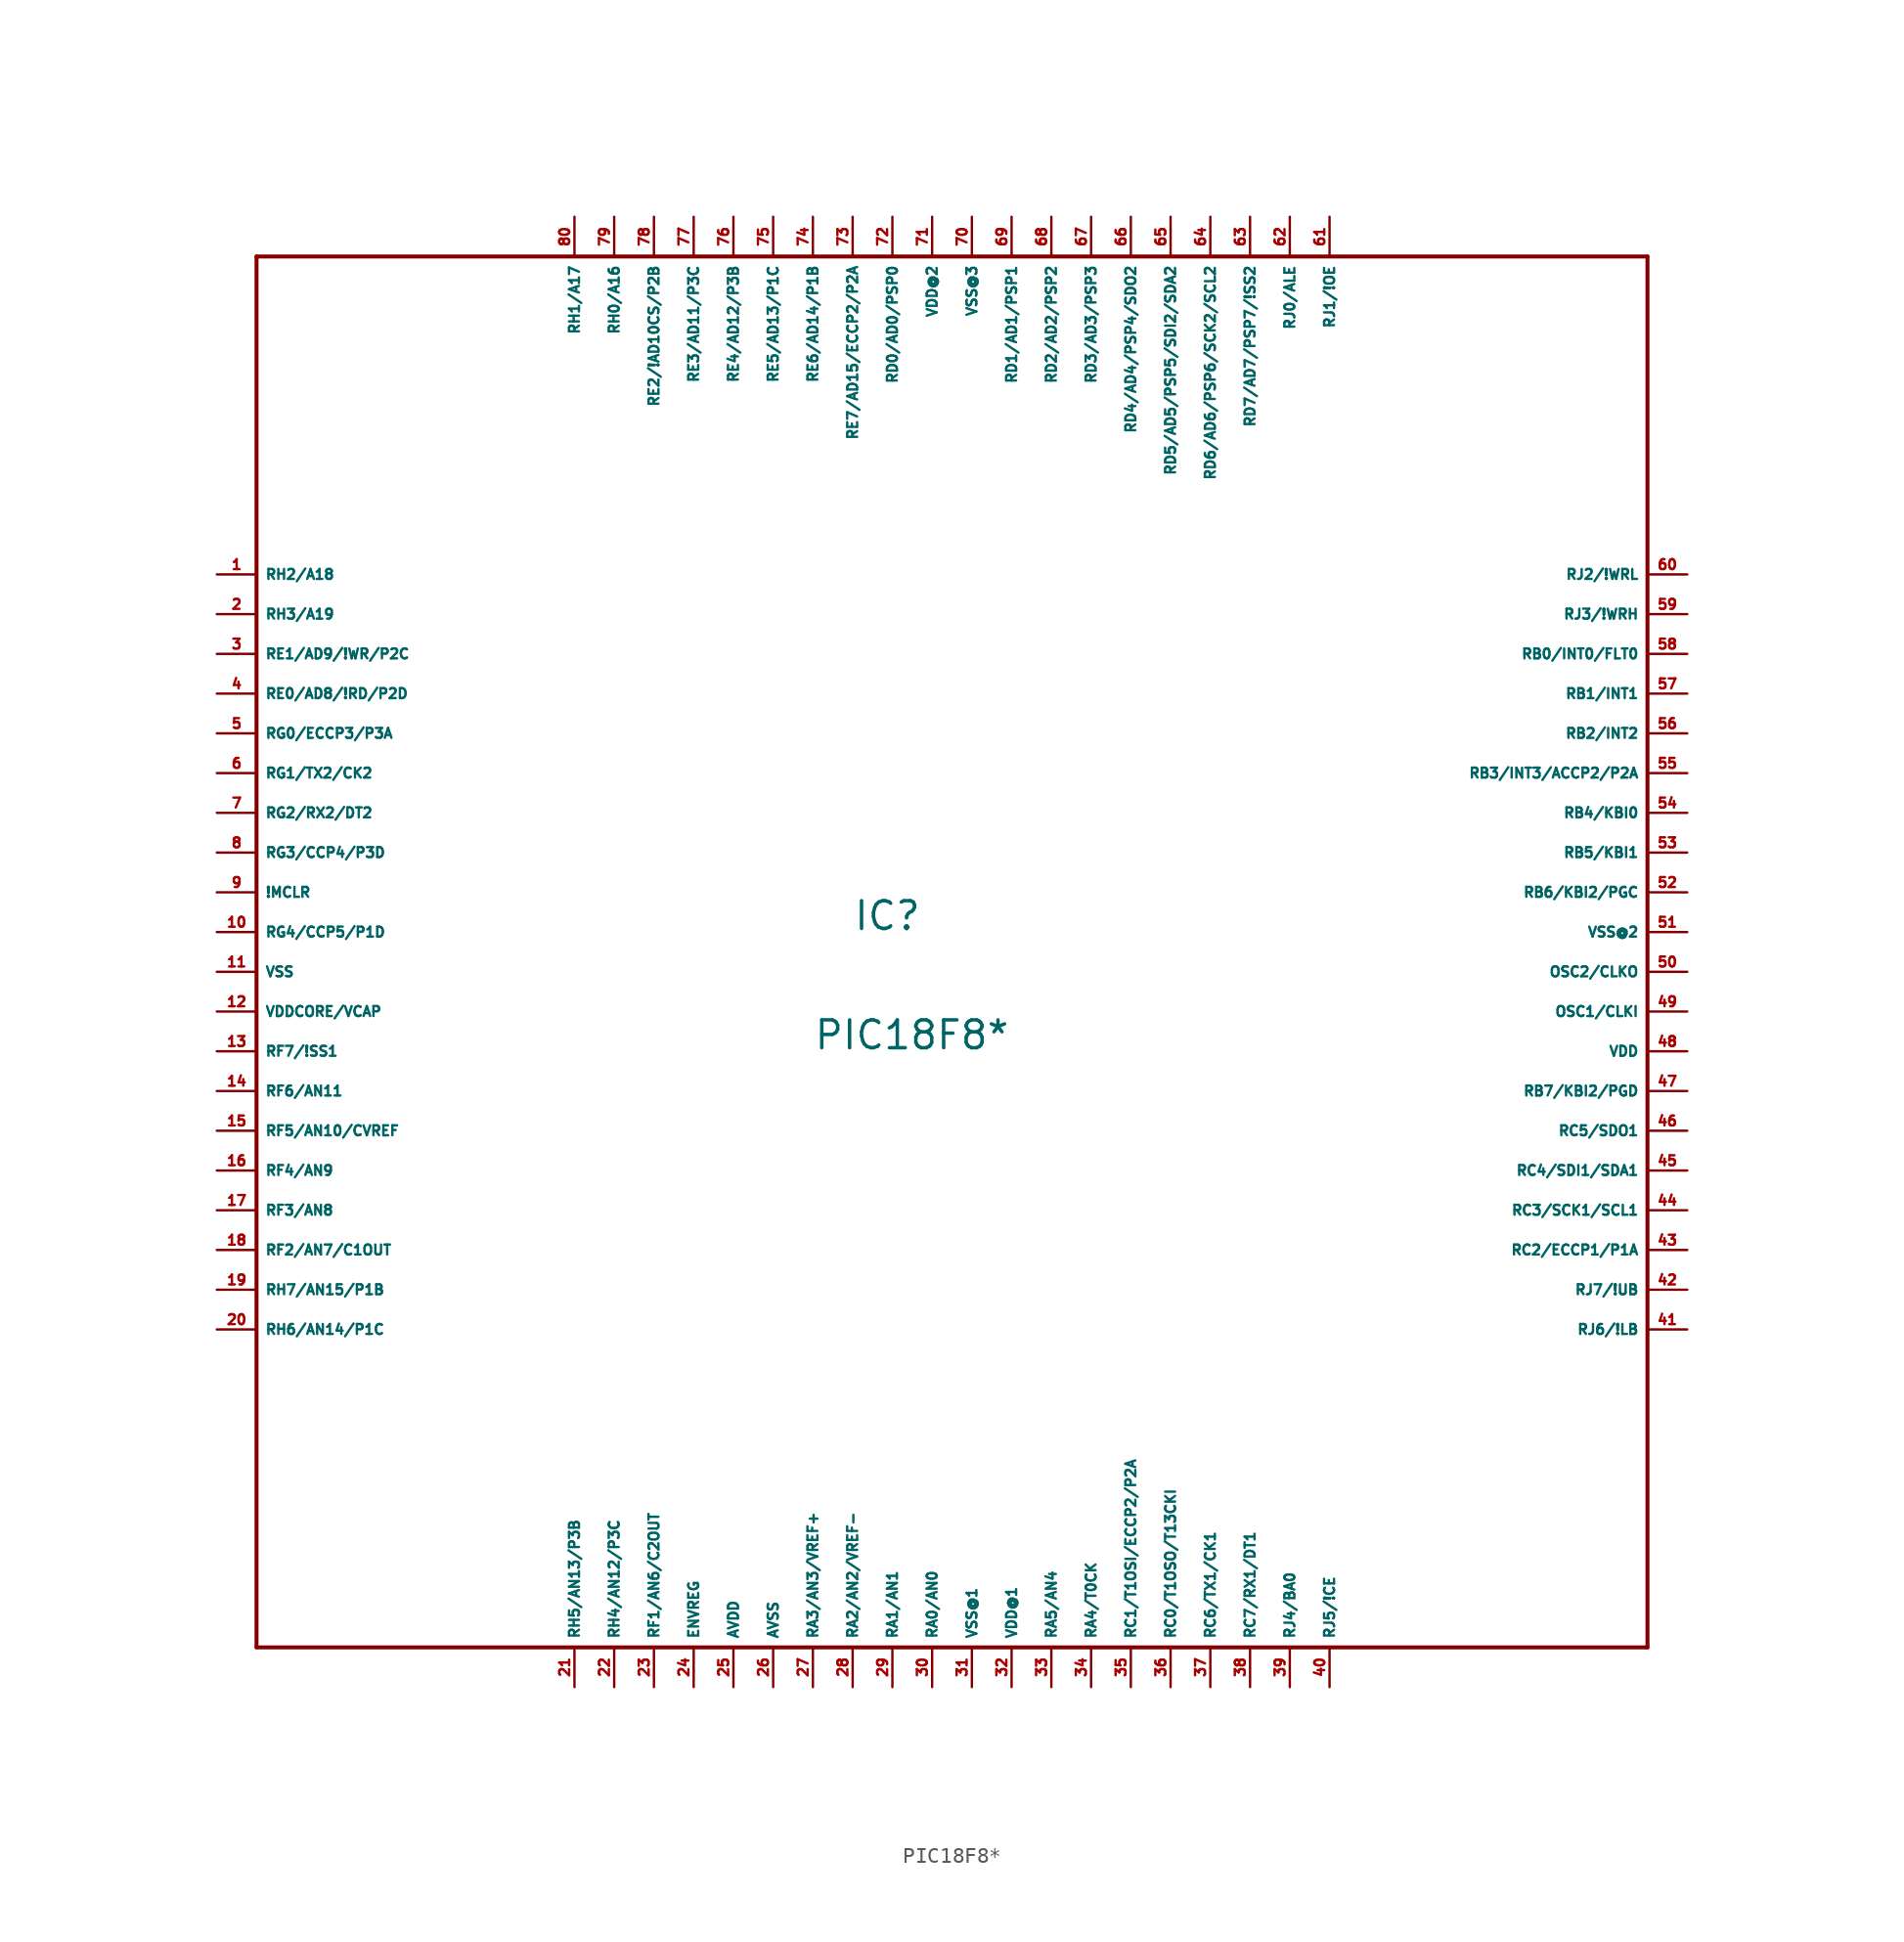
<source format=kicad_sym>
(kicad_symbol_lib
  (version 20220914)
  (generator Eagle2Kicad)
  (symbol "PIC18F8*"
    (property "Reference" "IC"
      (at -5.08 2.54 0)
      (effects (font (size 1.778 1.778) (thickness 0.22)) (justify left bottom)))
    (property "Value" "PIC18F8*"
      (at -7.62 -5.08 0)
      (effects (font (size 1.778 1.778) (thickness 0.22)) (justify left bottom)))
    (polyline
      (pts (xy -43.18 45.72) (xy 45.72 45.72))
      (stroke (width 0.254) (type default))
      (fill (type none)))
    (polyline
      (pts (xy 45.72 45.72) (xy 45.72 -43.18))
      (stroke (width 0.254) (type default))
      (fill (type none)))
    (polyline
      (pts (xy 45.72 -43.18) (xy -43.18 -43.18))
      (stroke (width 0.254) (type default))
      (fill (type none)))
    (polyline
      (pts (xy -43.18 -43.18) (xy -43.18 45.72))
      (stroke (width 0.254) (type default))
      (fill (type none)))
    (pin bidirectional line
      (at -45.72 20.32 0)
      (length 2.54)
      (name "RE1/AD9/!WR/P2C" (effects (font (size 0.635 0.635) (thickness 0.08)) (justify left bottom)))
      (number "3" (effects (font (size 0.635 0.635) (thickness 0.08)) (justify left bottom))))
    (pin bidirectional line
      (at -45.72 17.78 0)
      (length 2.54)
      (name "RE0/AD8/!RD/P2D" (effects (font (size 0.635 0.635) (thickness 0.08)) (justify left bottom)))
      (number "4" (effects (font (size 0.635 0.635) (thickness 0.08)) (justify left bottom))))
    (pin bidirectional line
      (at -45.72 15.24 0)
      (length 2.54)
      (name "RG0/ECCP3/P3A" (effects (font (size 0.635 0.635) (thickness 0.08)) (justify left bottom)))
      (number "5" (effects (font (size 0.635 0.635) (thickness 0.08)) (justify left bottom))))
    (pin bidirectional line
      (at -45.72 12.7 0)
      (length 2.54)
      (name "RG1/TX2/CK2" (effects (font (size 0.635 0.635) (thickness 0.08)) (justify left bottom)))
      (number "6" (effects (font (size 0.635 0.635) (thickness 0.08)) (justify left bottom))))
    (pin bidirectional line
      (at -45.72 10.16 0)
      (length 2.54)
      (name "RG2/RX2/DT2" (effects (font (size 0.635 0.635) (thickness 0.08)) (justify left bottom)))
      (number "7" (effects (font (size 0.635 0.635) (thickness 0.08)) (justify left bottom))))
    (pin bidirectional line
      (at -45.72 7.62 0)
      (length 2.54)
      (name "RG3/CCP4/P3D" (effects (font (size 0.635 0.635) (thickness 0.08)) (justify left bottom)))
      (number "8" (effects (font (size 0.635 0.635) (thickness 0.08)) (justify left bottom))))
    (pin input line
      (at -45.72 5.08 0)
      (length 2.54)
      (name "!MCLR" (effects (font (size 0.635 0.635) (thickness 0.08)) (justify left bottom)))
      (number "9" (effects (font (size 0.635 0.635) (thickness 0.08)) (justify left bottom))))
    (pin bidirectional line
      (at -45.72 2.54 0)
      (length 2.54)
      (name "RG4/CCP5/P1D" (effects (font (size 0.635 0.635) (thickness 0.08)) (justify left bottom)))
      (number "10" (effects (font (size 0.635 0.635) (thickness 0.08)) (justify left bottom))))
    (pin unspecified line
      (at -45.72 0 0)
      (length 2.54)
      (name "VSS" (effects (font (size 0.635 0.635) (thickness 0.08)) (justify left bottom)))
      (number "11" (effects (font (size 0.635 0.635) (thickness 0.08)) (justify left bottom))))
    (pin unspecified line
      (at -45.72 -2.54 0)
      (length 2.54)
      (name "VDDCORE/VCAP" (effects (font (size 0.635 0.635) (thickness 0.08)) (justify left bottom)))
      (number "12" (effects (font (size 0.635 0.635) (thickness 0.08)) (justify left bottom))))
    (pin bidirectional line
      (at -45.72 -5.08 0)
      (length 2.54)
      (name "RF7/!SS1" (effects (font (size 0.635 0.635) (thickness 0.08)) (justify left bottom)))
      (number "13" (effects (font (size 0.635 0.635) (thickness 0.08)) (justify left bottom))))
    (pin bidirectional line
      (at -45.72 -7.62 0)
      (length 2.54)
      (name "RF6/AN11" (effects (font (size 0.635 0.635) (thickness 0.08)) (justify left bottom)))
      (number "14" (effects (font (size 0.635 0.635) (thickness 0.08)) (justify left bottom))))
    (pin bidirectional line
      (at -45.72 -10.16 0)
      (length 2.54)
      (name "RF5/AN10/CVREF" (effects (font (size 0.635 0.635) (thickness 0.08)) (justify left bottom)))
      (number "15" (effects (font (size 0.635 0.635) (thickness 0.08)) (justify left bottom))))
    (pin bidirectional line
      (at -45.72 -12.7 0)
      (length 2.54)
      (name "RF4/AN9" (effects (font (size 0.635 0.635) (thickness 0.08)) (justify left bottom)))
      (number "16" (effects (font (size 0.635 0.635) (thickness 0.08)) (justify left bottom))))
    (pin bidirectional line
      (at -45.72 -15.24 0)
      (length 2.54)
      (name "RF3/AN8" (effects (font (size 0.635 0.635) (thickness 0.08)) (justify left bottom)))
      (number "17" (effects (font (size 0.635 0.635) (thickness 0.08)) (justify left bottom))))
    (pin bidirectional line
      (at -45.72 -17.78 0)
      (length 2.54)
      (name "RF2/AN7/C1OUT" (effects (font (size 0.635 0.635) (thickness 0.08)) (justify left bottom)))
      (number "18" (effects (font (size 0.635 0.635) (thickness 0.08)) (justify left bottom))))
    (pin bidirectional line
      (at -17.78 -45.72 90)
      (length 2.54)
      (name "RF1/AN6/C2OUT" (effects (font (size 0.635 0.635) (thickness 0.08)) (justify left bottom)))
      (number "23" (effects (font (size 0.635 0.635) (thickness 0.08)) (justify left bottom))))
    (pin input line
      (at -15.24 -45.72 90)
      (length 2.54)
      (name "ENVREG" (effects (font (size 0.635 0.635) (thickness 0.08)) (justify left bottom)))
      (number "24" (effects (font (size 0.635 0.635) (thickness 0.08)) (justify left bottom))))
    (pin unspecified line
      (at -12.7 -45.72 90)
      (length 2.54)
      (name "AVDD" (effects (font (size 0.635 0.635) (thickness 0.08)) (justify left bottom)))
      (number "25" (effects (font (size 0.635 0.635) (thickness 0.08)) (justify left bottom))))
    (pin unspecified line
      (at -10.16 -45.72 90)
      (length 2.54)
      (name "AVSS" (effects (font (size 0.635 0.635) (thickness 0.08)) (justify left bottom)))
      (number "26" (effects (font (size 0.635 0.635) (thickness 0.08)) (justify left bottom))))
    (pin bidirectional line
      (at -7.62 -45.72 90)
      (length 2.54)
      (name "RA3/AN3/VREF+" (effects (font (size 0.635 0.635) (thickness 0.08)) (justify left bottom)))
      (number "27" (effects (font (size 0.635 0.635) (thickness 0.08)) (justify left bottom))))
    (pin bidirectional line
      (at -5.08 -45.72 90)
      (length 2.54)
      (name "RA2/AN2/VREF-" (effects (font (size 0.635 0.635) (thickness 0.08)) (justify left bottom)))
      (number "28" (effects (font (size 0.635 0.635) (thickness 0.08)) (justify left bottom))))
    (pin bidirectional line
      (at -2.54 -45.72 90)
      (length 2.54)
      (name "RA1/AN1" (effects (font (size 0.635 0.635) (thickness 0.08)) (justify left bottom)))
      (number "29" (effects (font (size 0.635 0.635) (thickness 0.08)) (justify left bottom))))
    (pin bidirectional line
      (at 0 -45.72 90)
      (length 2.54)
      (name "RA0/AN0" (effects (font (size 0.635 0.635) (thickness 0.08)) (justify left bottom)))
      (number "30" (effects (font (size 0.635 0.635) (thickness 0.08)) (justify left bottom))))
    (pin unspecified line
      (at 2.54 -45.72 90)
      (length 2.54)
      (name "VSS@1" (effects (font (size 0.635 0.635) (thickness 0.08)) (justify left bottom)))
      (number "31" (effects (font (size 0.635 0.635) (thickness 0.08)) (justify left bottom))))
    (pin unspecified line
      (at 5.08 -45.72 90)
      (length 2.54)
      (name "VDD@1" (effects (font (size 0.635 0.635) (thickness 0.08)) (justify left bottom)))
      (number "32" (effects (font (size 0.635 0.635) (thickness 0.08)) (justify left bottom))))
    (pin bidirectional line
      (at 7.62 -45.72 90)
      (length 2.54)
      (name "RA5/AN4" (effects (font (size 0.635 0.635) (thickness 0.08)) (justify left bottom)))
      (number "33" (effects (font (size 0.635 0.635) (thickness 0.08)) (justify left bottom))))
    (pin bidirectional line
      (at 10.16 -45.72 90)
      (length 2.54)
      (name "RA4/T0CK" (effects (font (size 0.635 0.635) (thickness 0.08)) (justify left bottom)))
      (number "34" (effects (font (size 0.635 0.635) (thickness 0.08)) (justify left bottom))))
    (pin bidirectional line
      (at 12.7 -45.72 90)
      (length 2.54)
      (name "RC1/T1OSI/ECCP2/P2A" (effects (font (size 0.635 0.635) (thickness 0.08)) (justify left bottom)))
      (number "35" (effects (font (size 0.635 0.635) (thickness 0.08)) (justify left bottom))))
    (pin bidirectional line
      (at 15.24 -45.72 90)
      (length 2.54)
      (name "RC0/T1OSO/T13CKI" (effects (font (size 0.635 0.635) (thickness 0.08)) (justify left bottom)))
      (number "36" (effects (font (size 0.635 0.635) (thickness 0.08)) (justify left bottom))))
    (pin bidirectional line
      (at 17.78 -45.72 90)
      (length 2.54)
      (name "RC6/TX1/CK1" (effects (font (size 0.635 0.635) (thickness 0.08)) (justify left bottom)))
      (number "37" (effects (font (size 0.635 0.635) (thickness 0.08)) (justify left bottom))))
    (pin bidirectional line
      (at 20.32 -45.72 90)
      (length 2.54)
      (name "RC7/RX1/DT1" (effects (font (size 0.635 0.635) (thickness 0.08)) (justify left bottom)))
      (number "38" (effects (font (size 0.635 0.635) (thickness 0.08)) (justify left bottom))))
    (pin bidirectional line
      (at 48.26 -17.78 180)
      (length 2.54)
      (name "RC2/ECCP1/P1A" (effects (font (size 0.635 0.635) (thickness 0.08)) (justify left bottom)))
      (number "43" (effects (font (size 0.635 0.635) (thickness 0.08)) (justify left bottom))))
    (pin bidirectional line
      (at 48.26 -15.24 180)
      (length 2.54)
      (name "RC3/SCK1/SCL1" (effects (font (size 0.635 0.635) (thickness 0.08)) (justify left bottom)))
      (number "44" (effects (font (size 0.635 0.635) (thickness 0.08)) (justify left bottom))))
    (pin bidirectional line
      (at 48.26 -12.7 180)
      (length 2.54)
      (name "RC4/SDI1/SDA1" (effects (font (size 0.635 0.635) (thickness 0.08)) (justify left bottom)))
      (number "45" (effects (font (size 0.635 0.635) (thickness 0.08)) (justify left bottom))))
    (pin bidirectional line
      (at 48.26 -10.16 180)
      (length 2.54)
      (name "RC5/SDO1" (effects (font (size 0.635 0.635) (thickness 0.08)) (justify left bottom)))
      (number "46" (effects (font (size 0.635 0.635) (thickness 0.08)) (justify left bottom))))
    (pin bidirectional line
      (at 48.26 -7.62 180)
      (length 2.54)
      (name "RB7/KBI2/PGD" (effects (font (size 0.635 0.635) (thickness 0.08)) (justify left bottom)))
      (number "47" (effects (font (size 0.635 0.635) (thickness 0.08)) (justify left bottom))))
    (pin unspecified line
      (at 48.26 -5.08 180)
      (length 2.54)
      (name "VDD" (effects (font (size 0.635 0.635) (thickness 0.08)) (justify left bottom)))
      (number "48" (effects (font (size 0.635 0.635) (thickness 0.08)) (justify left bottom))))
    (pin input line
      (at 48.26 -2.54 180)
      (length 2.54)
      (name "OSC1/CLKI" (effects (font (size 0.635 0.635) (thickness 0.08)) (justify left bottom)))
      (number "49" (effects (font (size 0.635 0.635) (thickness 0.08)) (justify left bottom))))
    (pin output line
      (at 48.26 0 180)
      (length 2.54)
      (name "OSC2/CLKO" (effects (font (size 0.635 0.635) (thickness 0.08)) (justify left bottom)))
      (number "50" (effects (font (size 0.635 0.635) (thickness 0.08)) (justify left bottom))))
    (pin unspecified line
      (at 48.26 2.54 180)
      (length 2.54)
      (name "VSS@2" (effects (font (size 0.635 0.635) (thickness 0.08)) (justify left bottom)))
      (number "51" (effects (font (size 0.635 0.635) (thickness 0.08)) (justify left bottom))))
    (pin bidirectional line
      (at 48.26 5.08 180)
      (length 2.54)
      (name "RB6/KBI2/PGC" (effects (font (size 0.635 0.635) (thickness 0.08)) (justify left bottom)))
      (number "52" (effects (font (size 0.635 0.635) (thickness 0.08)) (justify left bottom))))
    (pin bidirectional line
      (at 48.26 7.62 180)
      (length 2.54)
      (name "RB5/KBI1" (effects (font (size 0.635 0.635) (thickness 0.08)) (justify left bottom)))
      (number "53" (effects (font (size 0.635 0.635) (thickness 0.08)) (justify left bottom))))
    (pin bidirectional line
      (at 48.26 10.16 180)
      (length 2.54)
      (name "RB4/KBI0" (effects (font (size 0.635 0.635) (thickness 0.08)) (justify left bottom)))
      (number "54" (effects (font (size 0.635 0.635) (thickness 0.08)) (justify left bottom))))
    (pin bidirectional line
      (at 48.26 12.7 180)
      (length 2.54)
      (name "RB3/INT3/ACCP2/P2A" (effects (font (size 0.635 0.635) (thickness 0.08)) (justify left bottom)))
      (number "55" (effects (font (size 0.635 0.635) (thickness 0.08)) (justify left bottom))))
    (pin bidirectional line
      (at 48.26 15.24 180)
      (length 2.54)
      (name "RB2/INT2" (effects (font (size 0.635 0.635) (thickness 0.08)) (justify left bottom)))
      (number "56" (effects (font (size 0.635 0.635) (thickness 0.08)) (justify left bottom))))
    (pin bidirectional line
      (at 48.26 17.78 180)
      (length 2.54)
      (name "RB1/INT1" (effects (font (size 0.635 0.635) (thickness 0.08)) (justify left bottom)))
      (number "57" (effects (font (size 0.635 0.635) (thickness 0.08)) (justify left bottom))))
    (pin bidirectional line
      (at 48.26 20.32 180)
      (length 2.54)
      (name "RB0/INT0/FLT0" (effects (font (size 0.635 0.635) (thickness 0.08)) (justify left bottom)))
      (number "58" (effects (font (size 0.635 0.635) (thickness 0.08)) (justify left bottom))))
    (pin bidirectional line
      (at 20.32 48.26 270)
      (length 2.54)
      (name "RD7/AD7/PSP7/!SS2" (effects (font (size 0.635 0.635) (thickness 0.08)) (justify left bottom)))
      (number "63" (effects (font (size 0.635 0.635) (thickness 0.08)) (justify left bottom))))
    (pin bidirectional line
      (at 17.78 48.26 270)
      (length 2.54)
      (name "RD6/AD6/PSP6/SCK2/SCL2" (effects (font (size 0.635 0.635) (thickness 0.08)) (justify left bottom)))
      (number "64" (effects (font (size 0.635 0.635) (thickness 0.08)) (justify left bottom))))
    (pin bidirectional line
      (at 15.24 48.26 270)
      (length 2.54)
      (name "RD5/AD5/PSP5/SDI2/SDA2" (effects (font (size 0.635 0.635) (thickness 0.08)) (justify left bottom)))
      (number "65" (effects (font (size 0.635 0.635) (thickness 0.08)) (justify left bottom))))
    (pin bidirectional line
      (at 12.7 48.26 270)
      (length 2.54)
      (name "RD4/AD4/PSP4/SDO2" (effects (font (size 0.635 0.635) (thickness 0.08)) (justify left bottom)))
      (number "66" (effects (font (size 0.635 0.635) (thickness 0.08)) (justify left bottom))))
    (pin bidirectional line
      (at 10.16 48.26 270)
      (length 2.54)
      (name "RD3/AD3/PSP3" (effects (font (size 0.635 0.635) (thickness 0.08)) (justify left bottom)))
      (number "67" (effects (font (size 0.635 0.635) (thickness 0.08)) (justify left bottom))))
    (pin bidirectional line
      (at 7.62 48.26 270)
      (length 2.54)
      (name "RD2/AD2/PSP2" (effects (font (size 0.635 0.635) (thickness 0.08)) (justify left bottom)))
      (number "68" (effects (font (size 0.635 0.635) (thickness 0.08)) (justify left bottom))))
    (pin bidirectional line
      (at 5.08 48.26 270)
      (length 2.54)
      (name "RD1/AD1/PSP1" (effects (font (size 0.635 0.635) (thickness 0.08)) (justify left bottom)))
      (number "69" (effects (font (size 0.635 0.635) (thickness 0.08)) (justify left bottom))))
    (pin bidirectional line
      (at -2.54 48.26 270)
      (length 2.54)
      (name "RD0/AD0/PSP0" (effects (font (size 0.635 0.635) (thickness 0.08)) (justify left bottom)))
      (number "72" (effects (font (size 0.635 0.635) (thickness 0.08)) (justify left bottom))))
    (pin unspecified line
      (at 2.54 48.26 270)
      (length 2.54)
      (name "VSS@3" (effects (font (size 0.635 0.635) (thickness 0.08)) (justify left bottom)))
      (number "70" (effects (font (size 0.635 0.635) (thickness 0.08)) (justify left bottom))))
    (pin unspecified line
      (at 0 48.26 270)
      (length 2.54)
      (name "VDD@2" (effects (font (size 0.635 0.635) (thickness 0.08)) (justify left bottom)))
      (number "71" (effects (font (size 0.635 0.635) (thickness 0.08)) (justify left bottom))))
    (pin bidirectional line
      (at -5.08 48.26 270)
      (length 2.54)
      (name "RE7/AD15/ECCP2/P2A" (effects (font (size 0.635 0.635) (thickness 0.08)) (justify left bottom)))
      (number "73" (effects (font (size 0.635 0.635) (thickness 0.08)) (justify left bottom))))
    (pin bidirectional line
      (at -7.62 48.26 270)
      (length 2.54)
      (name "RE6/AD14/P1B" (effects (font (size 0.635 0.635) (thickness 0.08)) (justify left bottom)))
      (number "74" (effects (font (size 0.635 0.635) (thickness 0.08)) (justify left bottom))))
    (pin bidirectional line
      (at -10.16 48.26 270)
      (length 2.54)
      (name "RE5/AD13/P1C" (effects (font (size 0.635 0.635) (thickness 0.08)) (justify left bottom)))
      (number "75" (effects (font (size 0.635 0.635) (thickness 0.08)) (justify left bottom))))
    (pin bidirectional line
      (at -12.7 48.26 270)
      (length 2.54)
      (name "RE4/AD12/P3B" (effects (font (size 0.635 0.635) (thickness 0.08)) (justify left bottom)))
      (number "76" (effects (font (size 0.635 0.635) (thickness 0.08)) (justify left bottom))))
    (pin bidirectional line
      (at -15.24 48.26 270)
      (length 2.54)
      (name "RE3/AD11/P3C" (effects (font (size 0.635 0.635) (thickness 0.08)) (justify left bottom)))
      (number "77" (effects (font (size 0.635 0.635) (thickness 0.08)) (justify left bottom))))
    (pin bidirectional line
      (at -17.78 48.26 270)
      (length 2.54)
      (name "RE2/!AD10CS/P2B" (effects (font (size 0.635 0.635) (thickness 0.08)) (justify left bottom)))
      (number "78" (effects (font (size 0.635 0.635) (thickness 0.08)) (justify left bottom))))
    (pin bidirectional line
      (at -45.72 25.4 0)
      (length 2.54)
      (name "RH2/A18" (effects (font (size 0.635 0.635) (thickness 0.08)) (justify left bottom)))
      (number "1" (effects (font (size 0.635 0.635) (thickness 0.08)) (justify left bottom))))
    (pin bidirectional line
      (at -45.72 22.86 0)
      (length 2.54)
      (name "RH3/A19" (effects (font (size 0.635 0.635) (thickness 0.08)) (justify left bottom)))
      (number "2" (effects (font (size 0.635 0.635) (thickness 0.08)) (justify left bottom))))
    (pin bidirectional line
      (at -45.72 -20.32 0)
      (length 2.54)
      (name "RH7/AN15/P1B" (effects (font (size 0.635 0.635) (thickness 0.08)) (justify left bottom)))
      (number "19" (effects (font (size 0.635 0.635) (thickness 0.08)) (justify left bottom))))
    (pin bidirectional line
      (at -45.72 -22.86 0)
      (length 2.54)
      (name "RH6/AN14/P1C" (effects (font (size 0.635 0.635) (thickness 0.08)) (justify left bottom)))
      (number "20" (effects (font (size 0.635 0.635) (thickness 0.08)) (justify left bottom))))
    (pin bidirectional line
      (at -22.86 -45.72 90)
      (length 2.54)
      (name "RH5/AN13/P3B" (effects (font (size 0.635 0.635) (thickness 0.08)) (justify left bottom)))
      (number "21" (effects (font (size 0.635 0.635) (thickness 0.08)) (justify left bottom))))
    (pin bidirectional line
      (at -20.32 -45.72 90)
      (length 2.54)
      (name "RH4/AN12/P3C" (effects (font (size 0.635 0.635) (thickness 0.08)) (justify left bottom)))
      (number "22" (effects (font (size 0.635 0.635) (thickness 0.08)) (justify left bottom))))
    (pin bidirectional line
      (at 22.86 -45.72 90)
      (length 2.54)
      (name "RJ4/BA0" (effects (font (size 0.635 0.635) (thickness 0.08)) (justify left bottom)))
      (number "39" (effects (font (size 0.635 0.635) (thickness 0.08)) (justify left bottom))))
    (pin bidirectional line
      (at 25.4 -45.72 90)
      (length 2.54)
      (name "RJ5/!CE" (effects (font (size 0.635 0.635) (thickness 0.08)) (justify left bottom)))
      (number "40" (effects (font (size 0.635 0.635) (thickness 0.08)) (justify left bottom))))
    (pin bidirectional line
      (at 48.26 -22.86 180)
      (length 2.54)
      (name "RJ6/!LB" (effects (font (size 0.635 0.635) (thickness 0.08)) (justify left bottom)))
      (number "41" (effects (font (size 0.635 0.635) (thickness 0.08)) (justify left bottom))))
    (pin bidirectional line
      (at 48.26 -20.32 180)
      (length 2.54)
      (name "RJ7/!UB" (effects (font (size 0.635 0.635) (thickness 0.08)) (justify left bottom)))
      (number "42" (effects (font (size 0.635 0.635) (thickness 0.08)) (justify left bottom))))
    (pin bidirectional line
      (at 48.26 22.86 180)
      (length 2.54)
      (name "RJ3/!WRH" (effects (font (size 0.635 0.635) (thickness 0.08)) (justify left bottom)))
      (number "59" (effects (font (size 0.635 0.635) (thickness 0.08)) (justify left bottom))))
    (pin bidirectional line
      (at 48.26 25.4 180)
      (length 2.54)
      (name "RJ2/!WRL" (effects (font (size 0.635 0.635) (thickness 0.08)) (justify left bottom)))
      (number "60" (effects (font (size 0.635 0.635) (thickness 0.08)) (justify left bottom))))
    (pin bidirectional line
      (at 25.4 48.26 270)
      (length 2.54)
      (name "RJ1/!OE" (effects (font (size 0.635 0.635) (thickness 0.08)) (justify left bottom)))
      (number "61" (effects (font (size 0.635 0.635) (thickness 0.08)) (justify left bottom))))
    (pin bidirectional line
      (at 22.86 48.26 270)
      (length 2.54)
      (name "RJ0/ALE" (effects (font (size 0.635 0.635) (thickness 0.08)) (justify left bottom)))
      (number "62" (effects (font (size 0.635 0.635) (thickness 0.08)) (justify left bottom))))
    (pin bidirectional line
      (at -20.32 48.26 270)
      (length 2.54)
      (name "RH0/A16" (effects (font (size 0.635 0.635) (thickness 0.08)) (justify left bottom)))
      (number "79" (effects (font (size 0.635 0.635) (thickness 0.08)) (justify left bottom))))
    (pin bidirectional line
      (at -22.86 48.26 270)
      (length 2.54)
      (name "RH1/A17" (effects (font (size 0.635 0.635) (thickness 0.08)) (justify left bottom)))
      (number "80" (effects (font (size 0.635 0.635) (thickness 0.08)) (justify left bottom))))))
</source>
